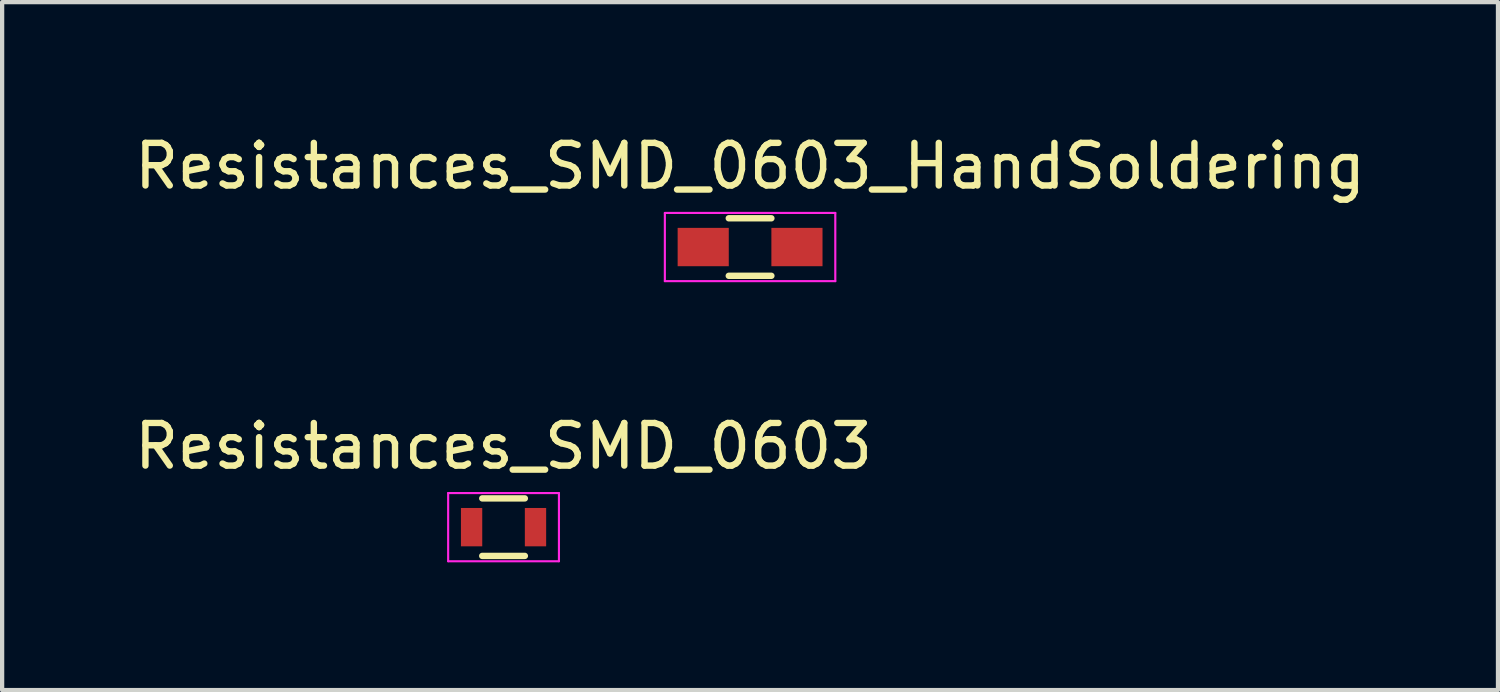
<source format=kicad_pcb>
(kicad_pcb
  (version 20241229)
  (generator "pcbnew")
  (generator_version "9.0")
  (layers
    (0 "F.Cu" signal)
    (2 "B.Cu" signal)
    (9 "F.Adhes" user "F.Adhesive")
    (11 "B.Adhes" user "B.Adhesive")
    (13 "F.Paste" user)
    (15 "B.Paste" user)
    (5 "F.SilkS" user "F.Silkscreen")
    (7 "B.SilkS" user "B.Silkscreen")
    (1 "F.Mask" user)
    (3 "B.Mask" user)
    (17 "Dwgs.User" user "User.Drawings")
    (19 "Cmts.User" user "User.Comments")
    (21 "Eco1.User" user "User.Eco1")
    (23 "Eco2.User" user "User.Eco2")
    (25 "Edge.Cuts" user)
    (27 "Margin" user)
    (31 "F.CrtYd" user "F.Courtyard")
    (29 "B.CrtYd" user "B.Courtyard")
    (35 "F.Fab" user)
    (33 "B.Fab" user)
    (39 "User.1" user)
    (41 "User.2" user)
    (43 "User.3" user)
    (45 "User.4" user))
  (footprint "Resistances_SMD_0603_HandSoldering"
    (layer "F.Cu")
    (at 14.554 2.748)
    (property "Reference" "Resistances_SMD_0603_HandSoldering" (at 0 -1.9 0) (layer "F.SilkS") (effects (font (size 1 1) (thickness 0.15))))
    (attr smd)
    (fp_line (start -0.5 -0.675) (end 0.5 -0.675) (stroke (width 0.15) (type solid)) (layer "F.SilkS"))
    (fp_line (start 0.5 0.675) (end -0.5 0.675) (stroke (width 0.15) (type solid)) (layer "F.SilkS"))
    (fp_line (start -2 -0.8) (end -2 0.8) (stroke (width 0.05) (type solid)) (layer "F.CrtYd"))
    (fp_line (start -2 -0.8) (end 2 -0.8) (stroke (width 0.05) (type solid)) (layer "F.CrtYd"))
    (fp_line (start -2 0.8) (end 2 0.8) (stroke (width 0.05) (type solid)) (layer "F.CrtYd"))
    (fp_line (start 2 -0.8) (end 2 0.8) (stroke (width 0.05) (type solid)) (layer "F.CrtYd"))
    (pad "1" smd rect (at -1.1 0) (size 1.2 0.9) (layers "F.Cu" "F.Mask" "F.Paste"))
    (pad "2" smd rect (at 1.1 0) (size 1.2 0.9) (layers "F.Cu" "F.Mask" "F.Paste")))
  (footprint "Resistances_SMD_0603"
    (layer "F.Cu")
    (at 8.768 9.322)
    (property "Reference" "Resistances_SMD_0603" (at 0 -1.9 0) (layer "F.SilkS") (effects (font (size 1 1) (thickness 0.15))))
    (attr smd)
    (fp_line (start -0.5 -0.675) (end 0.5 -0.675) (stroke (width 0.15) (type solid)) (layer "F.SilkS"))
    (fp_line (start 0.5 0.675) (end -0.5 0.675) (stroke (width 0.15) (type solid)) (layer "F.SilkS"))
    (fp_line (start -1.3 -0.8) (end -1.3 0.8) (stroke (width 0.05) (type solid)) (layer "F.CrtYd"))
    (fp_line (start -1.3 -0.8) (end 1.3 -0.8) (stroke (width 0.05) (type solid)) (layer "F.CrtYd"))
    (fp_line (start -1.3 0.8) (end 1.3 0.8) (stroke (width 0.05) (type solid)) (layer "F.CrtYd"))
    (fp_line (start 1.3 -0.8) (end 1.3 0.8) (stroke (width 0.05) (type solid)) (layer "F.CrtYd"))
    (pad "1" smd rect (at -0.75 0) (size 0.5 0.9) (layers "F.Cu" "F.Mask" "F.Paste"))
    (pad "2" smd rect (at 0.75 0) (size 0.5 0.9) (layers "F.Cu" "F.Mask" "F.Paste")))
  (gr_rect
    (start -3 -3)
    (end 32.107 13.146)
    (stroke (width 0.1) (type default))
    (fill no)
    (layer "Edge.Cuts")))
</source>
